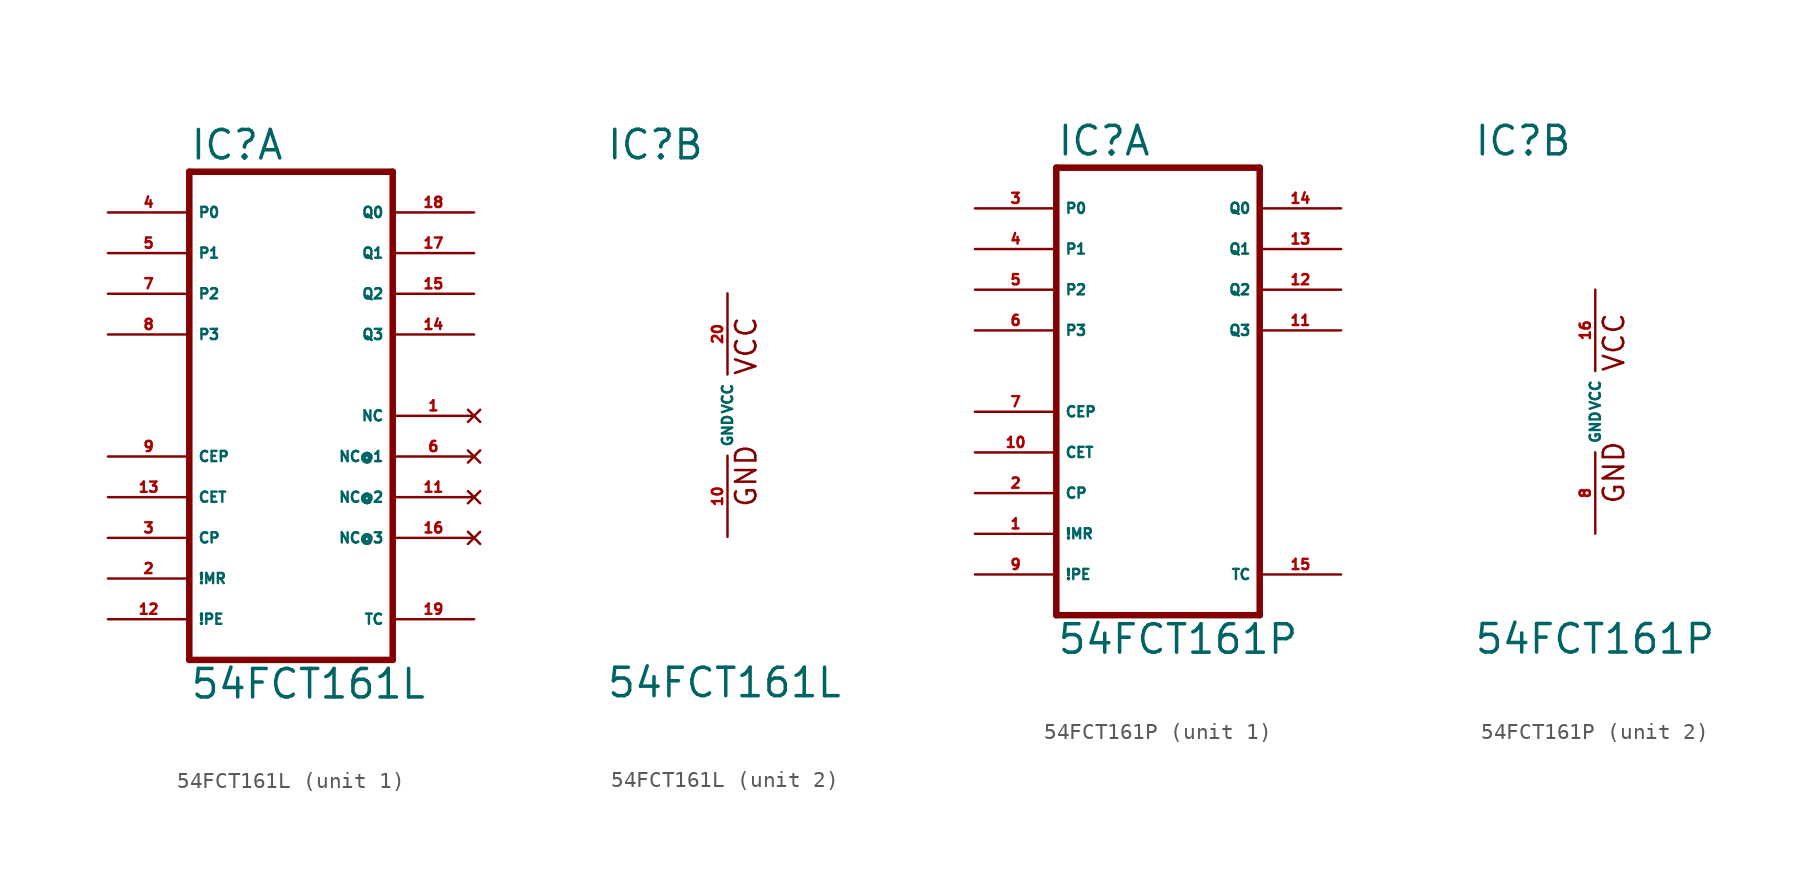
<source format=kicad_sym>
(kicad_symbol_lib
  (version 20220914)
  (generator Eagle2Kicad)
  (symbol "54FCT161L"
    (property "Reference" "IC"
      (at -7.62 15.875 0)
      (effects (font (size 1.778 1.778) (thickness 0.22)) (justify left bottom)))
    (property "Value" "54FCT161L"
      (at -7.62 -17.78 0)
      (effects (font (size 1.778 1.778) (thickness 0.22)) (justify left bottom)))
    (symbol "54FCT161L_1_0"
      (polyline (pts (xy -7.62 -15.24) (xy 5.08 -15.24)) (stroke (width 0.406) (type default)) (fill (type none)))
      (polyline (pts (xy 5.08 -15.24) (xy 5.08 15.24)) (stroke (width 0.406) (type default)) (fill (type none)))
      (polyline (pts (xy 5.08 15.24) (xy -7.62 15.24)) (stroke (width 0.406) (type default)) (fill (type none)))
      (polyline (pts (xy -7.62 15.24) (xy -7.62 -15.24)) (stroke (width 0.406) (type default)) (fill (type none)))
      (pin input line (at -12.7 12.7 0) (length 5.08) (name "P0" (effects (font (size 0.635 0.635) (thickness 0.08)) (justify left bottom))) (number "4" (effects (font (size 0.635 0.635) (thickness 0.08)) (justify left bottom))))
      (pin input line (at -12.7 10.16 0) (length 5.08) (name "P1" (effects (font (size 0.635 0.635) (thickness 0.08)) (justify left bottom))) (number "5" (effects (font (size 0.635 0.635) (thickness 0.08)) (justify left bottom))))
      (pin input line (at -12.7 7.62 0) (length 5.08) (name "P2" (effects (font (size 0.635 0.635) (thickness 0.08)) (justify left bottom))) (number "7" (effects (font (size 0.635 0.635) (thickness 0.08)) (justify left bottom))))
      (pin input line (at -12.7 5.08 0) (length 5.08) (name "P3" (effects (font (size 0.635 0.635) (thickness 0.08)) (justify left bottom))) (number "8" (effects (font (size 0.635 0.635) (thickness 0.08)) (justify left bottom))))
      (pin input line (at -12.7 -2.54 0) (length 5.08) (name "CEP" (effects (font (size 0.635 0.635) (thickness 0.08)) (justify left bottom))) (number "9" (effects (font (size 0.635 0.635) (thickness 0.08)) (justify left bottom))))
      (pin input line (at -12.7 -5.08 0) (length 5.08) (name "CET" (effects (font (size 0.635 0.635) (thickness 0.08)) (justify left bottom))) (number "13" (effects (font (size 0.635 0.635) (thickness 0.08)) (justify left bottom))))
      (pin input line (at -12.7 -7.62 0) (length 5.08) (name "CP" (effects (font (size 0.635 0.635) (thickness 0.08)) (justify left bottom))) (number "3" (effects (font (size 0.635 0.635) (thickness 0.08)) (justify left bottom))))
      (pin input line (at -12.7 -10.16 0) (length 5.08) (name "!MR" (effects (font (size 0.635 0.635) (thickness 0.08)) (justify left bottom))) (number "2" (effects (font (size 0.635 0.635) (thickness 0.08)) (justify left bottom))))
      (pin input line (at -12.7 -12.7 0) (length 5.08) (name "!PE" (effects (font (size 0.635 0.635) (thickness 0.08)) (justify left bottom))) (number "12" (effects (font (size 0.635 0.635) (thickness 0.08)) (justify left bottom))))
      (pin output line (at 10.16 12.7 180) (length 5.08) (name "Q0" (effects (font (size 0.635 0.635) (thickness 0.08)) (justify left bottom))) (number "18" (effects (font (size 0.635 0.635) (thickness 0.08)) (justify left bottom))))
      (pin output line (at 10.16 10.16 180) (length 5.08) (name "Q1" (effects (font (size 0.635 0.635) (thickness 0.08)) (justify left bottom))) (number "17" (effects (font (size 0.635 0.635) (thickness 0.08)) (justify left bottom))))
      (pin output line (at 10.16 7.62 180) (length 5.08) (name "Q2" (effects (font (size 0.635 0.635) (thickness 0.08)) (justify left bottom))) (number "15" (effects (font (size 0.635 0.635) (thickness 0.08)) (justify left bottom))))
      (pin output line (at 10.16 5.08 180) (length 5.08) (name "Q3" (effects (font (size 0.635 0.635) (thickness 0.08)) (justify left bottom))) (number "14" (effects (font (size 0.635 0.635) (thickness 0.08)) (justify left bottom))))
      (pin output line (at 10.16 -12.7 180) (length 5.08) (name "TC" (effects (font (size 0.635 0.635) (thickness 0.08)) (justify left bottom))) (number "19" (effects (font (size 0.635 0.635) (thickness 0.08)) (justify left bottom))))
      (pin no_connect line (at 10.16 0 180) (length 5.08) (name "NC" (effects (font (size 0.635 0.635) (thickness 0.08)) (justify left bottom) hide)) (number "1" (effects (font (size 0.635 0.635) (thickness 0.08)) (justify left bottom) hide)))
      (pin no_connect line (at 10.16 -2.54 180) (length 5.08) (name "NC@1" (effects (font (size 0.635 0.635) (thickness 0.08)) (justify left bottom) hide)) (number "6" (effects (font (size 0.635 0.635) (thickness 0.08)) (justify left bottom) hide)))
      (pin no_connect line (at 10.16 -5.08 180) (length 5.08) (name "NC@2" (effects (font (size 0.635 0.635) (thickness 0.08)) (justify left bottom) hide)) (number "11" (effects (font (size 0.635 0.635) (thickness 0.08)) (justify left bottom) hide)))
      (pin no_connect line (at 10.16 -7.62 180) (length 5.08) (name "NC@3" (effects (font (size 0.635 0.635) (thickness 0.08)) (justify left bottom) hide)) (number "16" (effects (font (size 0.635 0.635) (thickness 0.08)) (justify left bottom) hide))))
    (symbol "54FCT161L_2_0"
      (text "GND" (at 1.905 -5.842 900) (effects (font (size 1.27 1.27) (thickness 0.16)) (justify left bottom)))
      (text "VCC" (at 1.905 2.413 900) (effects (font (size 1.27 1.27) (thickness 0.16)) (justify left bottom)))
      (pin unspecified line (at 0 7.62 270) (length 5.08) (name "VCC" (effects (font (size 0.635 0.635) (thickness 0.08)) (justify left bottom))) (number "20" (effects (font (size 0.635 0.635) (thickness 0.08)) (justify left bottom))))
      (pin unspecified line (at 0 -7.62 90) (length 5.08) (name "GND" (effects (font (size 0.635 0.635) (thickness 0.08)) (justify left bottom))) (number "10" (effects (font (size 0.635 0.635) (thickness 0.08)) (justify left bottom))))))
  (symbol "54FCT161P"
    (property "Reference" "IC"
      (at -7.62 15.875 0)
      (effects (font (size 1.778 1.778) (thickness 0.22)) (justify left bottom)))
    (property "Value" "54FCT161P"
      (at -7.62 -15.24 0)
      (effects (font (size 1.778 1.778) (thickness 0.22)) (justify left bottom)))
    (symbol "54FCT161P_1_0"
      (polyline (pts (xy -7.62 -12.7) (xy 5.08 -12.7)) (stroke (width 0.406) (type default)) (fill (type none)))
      (polyline (pts (xy 5.08 -12.7) (xy 5.08 15.24)) (stroke (width 0.406) (type default)) (fill (type none)))
      (polyline (pts (xy 5.08 15.24) (xy -7.62 15.24)) (stroke (width 0.406) (type default)) (fill (type none)))
      (polyline (pts (xy -7.62 15.24) (xy -7.62 -12.7)) (stroke (width 0.406) (type default)) (fill (type none)))
      (pin input line (at -12.7 12.7 0) (length 5.08) (name "P0" (effects (font (size 0.635 0.635) (thickness 0.08)) (justify left bottom))) (number "3" (effects (font (size 0.635 0.635) (thickness 0.08)) (justify left bottom))))
      (pin input line (at -12.7 10.16 0) (length 5.08) (name "P1" (effects (font (size 0.635 0.635) (thickness 0.08)) (justify left bottom))) (number "4" (effects (font (size 0.635 0.635) (thickness 0.08)) (justify left bottom))))
      (pin input line (at -12.7 7.62 0) (length 5.08) (name "P2" (effects (font (size 0.635 0.635) (thickness 0.08)) (justify left bottom))) (number "5" (effects (font (size 0.635 0.635) (thickness 0.08)) (justify left bottom))))
      (pin input line (at -12.7 5.08 0) (length 5.08) (name "P3" (effects (font (size 0.635 0.635) (thickness 0.08)) (justify left bottom))) (number "6" (effects (font (size 0.635 0.635) (thickness 0.08)) (justify left bottom))))
      (pin input line (at -12.7 0 0) (length 5.08) (name "CEP" (effects (font (size 0.635 0.635) (thickness 0.08)) (justify left bottom))) (number "7" (effects (font (size 0.635 0.635) (thickness 0.08)) (justify left bottom))))
      (pin input line (at -12.7 -2.54 0) (length 5.08) (name "CET" (effects (font (size 0.635 0.635) (thickness 0.08)) (justify left bottom))) (number "10" (effects (font (size 0.635 0.635) (thickness 0.08)) (justify left bottom))))
      (pin input line (at -12.7 -5.08 0) (length 5.08) (name "CP" (effects (font (size 0.635 0.635) (thickness 0.08)) (justify left bottom))) (number "2" (effects (font (size 0.635 0.635) (thickness 0.08)) (justify left bottom))))
      (pin input line (at -12.7 -7.62 0) (length 5.08) (name "!MR" (effects (font (size 0.635 0.635) (thickness 0.08)) (justify left bottom))) (number "1" (effects (font (size 0.635 0.635) (thickness 0.08)) (justify left bottom))))
      (pin input line (at -12.7 -10.16 0) (length 5.08) (name "!PE" (effects (font (size 0.635 0.635) (thickness 0.08)) (justify left bottom))) (number "9" (effects (font (size 0.635 0.635) (thickness 0.08)) (justify left bottom))))
      (pin output line (at 10.16 12.7 180) (length 5.08) (name "Q0" (effects (font (size 0.635 0.635) (thickness 0.08)) (justify left bottom))) (number "14" (effects (font (size 0.635 0.635) (thickness 0.08)) (justify left bottom))))
      (pin output line (at 10.16 10.16 180) (length 5.08) (name "Q1" (effects (font (size 0.635 0.635) (thickness 0.08)) (justify left bottom))) (number "13" (effects (font (size 0.635 0.635) (thickness 0.08)) (justify left bottom))))
      (pin output line (at 10.16 7.62 180) (length 5.08) (name "Q2" (effects (font (size 0.635 0.635) (thickness 0.08)) (justify left bottom))) (number "12" (effects (font (size 0.635 0.635) (thickness 0.08)) (justify left bottom))))
      (pin output line (at 10.16 5.08 180) (length 5.08) (name "Q3" (effects (font (size 0.635 0.635) (thickness 0.08)) (justify left bottom))) (number "11" (effects (font (size 0.635 0.635) (thickness 0.08)) (justify left bottom))))
      (pin output line (at 10.16 -10.16 180) (length 5.08) (name "TC" (effects (font (size 0.635 0.635) (thickness 0.08)) (justify left bottom))) (number "15" (effects (font (size 0.635 0.635) (thickness 0.08)) (justify left bottom)))))
    (symbol "54FCT161P_2_0"
      (text "GND" (at 1.905 -5.842 900) (effects (font (size 1.27 1.27) (thickness 0.16)) (justify left bottom)))
      (text "VCC" (at 1.905 2.413 900) (effects (font (size 1.27 1.27) (thickness 0.16)) (justify left bottom)))
      (pin unspecified line (at 0 7.62 270) (length 5.08) (name "VCC" (effects (font (size 0.635 0.635) (thickness 0.08)) (justify left bottom))) (number "16" (effects (font (size 0.635 0.635) (thickness 0.08)) (justify left bottom))))
      (pin unspecified line (at 0 -7.62 90) (length 5.08) (name "GND" (effects (font (size 0.635 0.635) (thickness 0.08)) (justify left bottom))) (number "8" (effects (font (size 0.635 0.635) (thickness 0.08)) (justify left bottom)))))))
</source>
